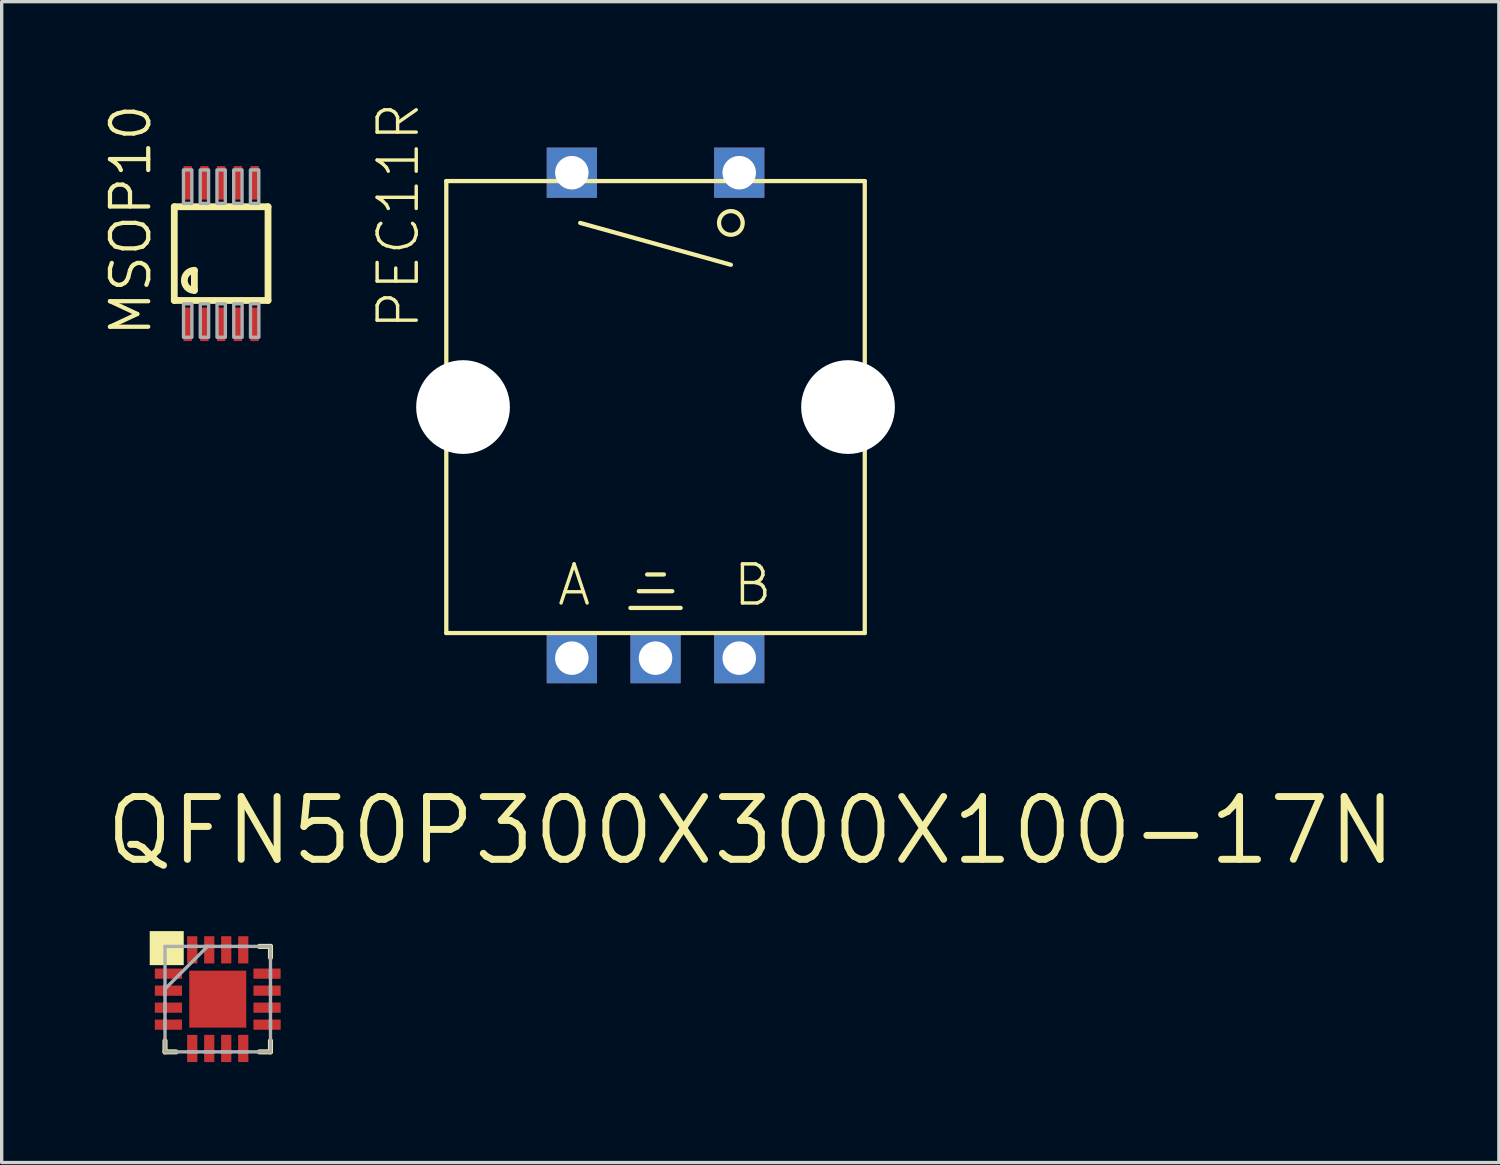
<source format=kicad_pcb>
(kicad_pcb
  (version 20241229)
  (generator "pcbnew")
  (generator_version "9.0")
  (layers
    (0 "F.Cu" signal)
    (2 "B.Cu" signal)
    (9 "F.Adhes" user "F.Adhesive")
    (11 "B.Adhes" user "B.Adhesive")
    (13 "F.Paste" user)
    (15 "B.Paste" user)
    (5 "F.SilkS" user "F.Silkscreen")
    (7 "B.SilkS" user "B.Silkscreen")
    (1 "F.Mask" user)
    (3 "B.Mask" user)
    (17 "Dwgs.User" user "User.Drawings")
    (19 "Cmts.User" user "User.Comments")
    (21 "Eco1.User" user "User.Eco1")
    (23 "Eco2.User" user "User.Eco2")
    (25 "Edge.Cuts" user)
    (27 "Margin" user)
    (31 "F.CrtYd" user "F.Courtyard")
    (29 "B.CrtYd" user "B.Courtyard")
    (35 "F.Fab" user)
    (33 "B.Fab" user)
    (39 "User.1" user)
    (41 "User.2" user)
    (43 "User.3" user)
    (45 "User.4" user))
  (footprint "PEC11R"
    (layer "F.Cu")
    (at 16.631 9.109)
    (property "Reference" "PEC11R" (at -7.1 -2.25 90) (layer "F.SilkS") (effects (font (size 1.168 1.168) (thickness 0.102)) (justify left bottom)))
    (fp_line (start -6.35 -6.75) (end 6.15 -6.75) (stroke (width 0.127) (type solid)) (layer "F.SilkS"))
    (fp_line (start -6.35 6.75) (end -6.35 -6.75) (stroke (width 0.127) (type solid)) (layer "F.SilkS"))
    (fp_line (start -2.35 -5.5) (end 2.15 -4.25) (stroke (width 0.127) (type solid)) (layer "F.SilkS"))
    (fp_line (start -0.85 6) (end 0.65 6) (stroke (width 0.127) (type solid)) (layer "F.SilkS"))
    (fp_line (start -0.6 5.5) (end 0.4 5.5) (stroke (width 0.127) (type solid)) (layer "F.SilkS"))
    (fp_line (start -0.35 5) (end 0.15 5) (stroke (width 0.127) (type solid)) (layer "F.SilkS"))
    (fp_line (start 6.15 -6.75) (end 6.15 6.75) (stroke (width 0.127) (type solid)) (layer "F.SilkS"))
    (fp_line (start 6.15 6.75) (end -6.35 6.75) (stroke (width 0.127) (type solid)) (layer "F.SilkS"))
    (fp_circle (center 2.15 -5.5) (end 2.504 -5.5) (stroke (width 0.127) (type solid)) (fill no) (layer "F.SilkS"))
    (fp_text user "B" (at 2.15 6 0) (layer "F.SilkS") (effects (font (size 1.168 1.168) (thickness 0.102)) (justify left bottom)))
    (fp_text user "A" (at -3.1 6 0) (layer "F.SilkS") (effects (font (size 1.168 1.168) (thickness 0.102)) (justify left bottom)))
    (pad "" np_thru_hole circle (at -5.85 0) (size 2.8 2.8) (drill 2.8) (layers "*.Cu" "*.Mask"))
    (pad "" np_thru_hole circle (at 5.65 0) (size 2.8 2.8) (drill 2.8) (layers "*.Cu" "*.Mask"))
    (pad "1" thru_hole rect (at -2.6 -7) (size 1.5 1.5) (drill 1) (layers "*.Cu" "*.Mask"))
    (pad "2" thru_hole rect (at 2.4 -7) (size 1.5 1.5) (drill 1) (layers "*.Cu" "*.Mask"))
    (pad "A" thru_hole rect (at -2.6 7.5) (size 1.5 1.5) (drill 1) (layers "*.Cu" "*.Mask"))
    (pad "B" thru_hole rect (at 2.4 7.5) (size 1.5 1.5) (drill 1) (layers "*.Cu" "*.Mask"))
    (pad "C" thru_hole rect (at -0.1 7.5) (size 1.5 1.5) (drill 1) (layers "*.Cu" "*.Mask")))
  (footprint "MSOP10"
    (layer "F.Cu")
    (at 3.556 4.525)
    (property "Reference" "MSOP10" (at -2.032 2.54 90) (layer "F.SilkS") (effects (font (size 1.143 1.143) (thickness 0.127)) (justify left bottom)))
    (fp_line (start -1.4 -1.4) (end 1.4 -1.4) (stroke (width 0.203) (type solid)) (layer "F.SilkS"))
    (fp_line (start -1.4 1.4) (end -1.4 -1.4) (stroke (width 0.203) (type solid)) (layer "F.SilkS"))
    (fp_line (start -0.8 0.5) (end -0.8 1.1) (stroke (width 0.203) (type solid)) (layer "F.SilkS"))
    (fp_line (start 1.4 -1.4) (end 1.4 1.4) (stroke (width 0.203) (type solid)) (layer "F.SilkS"))
    (fp_line (start 1.4 1.4) (end -1.4 1.4) (stroke (width 0.203) (type solid)) (layer "F.SilkS"))
    (fp_arc (start -0.8 1.1) (mid -1.1 0.8) (end -0.8 0.5) (stroke (width 0.2032) (type solid)) (layer "F.SilkS"))
    (fp_poly (pts (xy -1.124 2.5) (xy -0.874 2.5) (xy -0.874 1.5) (xy -1.124 1.5)) (stroke (width 0.1) (type solid)) (fill no) (layer "F.Fab"))
    (fp_poly (pts (xy -0.876 -2.5) (xy -1.126 -2.5) (xy -1.126 -1.5) (xy -0.876 -1.5)) (stroke (width 0.1) (type solid)) (fill no) (layer "F.Fab"))
    (fp_poly (pts (xy -0.624 2.5) (xy -0.374 2.5) (xy -0.374 1.5) (xy -0.624 1.5)) (stroke (width 0.1) (type solid)) (fill no) (layer "F.Fab"))
    (fp_poly (pts (xy -0.376 -2.5) (xy -0.626 -2.5) (xy -0.626 -1.5) (xy -0.376 -1.5)) (stroke (width 0.1) (type solid)) (fill no) (layer "F.Fab"))
    (fp_poly (pts (xy -0.124 2.5) (xy 0.126 2.5) (xy 0.126 1.5) (xy -0.124 1.5)) (stroke (width 0.1) (type solid)) (fill no) (layer "F.Fab"))
    (fp_poly (pts (xy 0.124 -2.5) (xy -0.126 -2.5) (xy -0.126 -1.5) (xy 0.124 -1.5)) (stroke (width 0.1) (type solid)) (fill no) (layer "F.Fab"))
    (fp_poly (pts (xy 0.376 2.5) (xy 0.626 2.5) (xy 0.626 1.5) (xy 0.376 1.5)) (stroke (width 0.1) (type solid)) (fill no) (layer "F.Fab"))
    (fp_poly (pts (xy 0.624 -2.5) (xy 0.374 -2.5) (xy 0.374 -1.5) (xy 0.624 -1.5)) (stroke (width 0.1) (type solid)) (fill no) (layer "F.Fab"))
    (fp_poly (pts (xy 0.876 2.5) (xy 1.126 2.5) (xy 1.126 1.5) (xy 0.876 1.5)) (stroke (width 0.1) (type solid)) (fill no) (layer "F.Fab"))
    (fp_poly (pts (xy 1.124 -2.5) (xy 0.874 -2.5) (xy 0.874 -1.5) (xy 1.124 -1.5)) (stroke (width 0.1) (type solid)) (fill no) (layer "F.Fab"))
    (pad "1" smd rect (at -1 2.113) (size 0.25 1) (layers "F.Cu" "F.Mask" "F.Paste"))
    (pad "2" smd rect (at -0.5 2.113) (size 0.25 1) (layers "F.Cu" "F.Mask" "F.Paste"))
    (pad "3" smd rect (at 0 2.113) (size 0.25 1) (layers "F.Cu" "F.Mask" "F.Paste"))
    (pad "4" smd rect (at 0.5 2.113) (size 0.25 1) (layers "F.Cu" "F.Mask" "F.Paste"))
    (pad "5" smd rect (at 1 2.113) (size 0.25 1) (layers "F.Cu" "F.Mask" "F.Paste"))
    (pad "6" smd rect (at 1 -2.113 180) (size 0.25 1) (layers "F.Cu" "F.Mask" "F.Paste"))
    (pad "7" smd rect (at 0.5 -2.113 180) (size 0.25 1) (layers "F.Cu" "F.Mask" "F.Paste"))
    (pad "8" smd rect (at 0 -2.113 180) (size 0.25 1) (layers "F.Cu" "F.Mask" "F.Paste"))
    (pad "9" smd rect (at -0.5 -2.113 180) (size 0.25 1) (layers "F.Cu" "F.Mask" "F.Paste"))
    (pad "10" smd rect (at -1 -2.113 180) (size 0.25 1) (layers "F.Cu" "F.Mask" "F.Paste")))
  (footprint "QFN50P300X300X100-17N"
    (layer "F.Cu")
    (at 3.454 26.795)
    (property "Reference" "QFN50P300X300X100-17N" (at -3.454 -3.937 0) (layer "F.SilkS") (effects (font (size 1.875 1.875) (thickness 0.208)) (justify left bottom)))
    (fp_line (start -1.575 -1.575) (end -1.575 -1.245) (stroke (width 0.152) (type solid)) (layer "F.SilkS"))
    (fp_line (start -1.575 1.245) (end -1.575 1.575) (stroke (width 0.152) (type solid)) (layer "F.SilkS"))
    (fp_line (start -1.575 1.575) (end -1.245 1.575) (stroke (width 0.152) (type solid)) (layer "F.SilkS"))
    (fp_line (start -1.245 -1.575) (end -1.575 -1.575) (stroke (width 0.152) (type solid)) (layer "F.SilkS"))
    (fp_line (start 1.245 1.575) (end 1.575 1.575) (stroke (width 0.152) (type solid)) (layer "F.SilkS"))
    (fp_line (start 1.575 -1.575) (end 1.245 -1.575) (stroke (width 0.152) (type solid)) (layer "F.SilkS"))
    (fp_line (start 1.575 -1.245) (end 1.575 -1.575) (stroke (width 0.152) (type solid)) (layer "F.SilkS"))
    (fp_line (start 1.575 1.575) (end 1.575 1.245) (stroke (width 0.152) (type solid)) (layer "F.SilkS"))
    (fp_poly (pts (xy -2.032 -1.016) (xy -1.016 -1.016) (xy -1.016 -2.032) (xy -2.032 -2.032)) (stroke (width 0) (type solid)) (fill yes) (layer "F.SilkS"))
    (fp_line (start -1.575 -1.575) (end -1.575 1.575) (stroke (width 0.1) (type solid)) (layer "F.Fab"))
    (fp_line (start -1.575 -0.406) (end -1.575 -0.102) (stroke (width 0.1) (type solid)) (layer "F.Fab"))
    (fp_line (start -1.575 -0.305) (end -0.305 -1.575) (stroke (width 0.1) (type solid)) (layer "F.Fab"))
    (fp_line (start -1.575 0.102) (end -1.575 0.406) (stroke (width 0.1) (type solid)) (layer "F.Fab"))
    (fp_line (start -1.575 0.61) (end -1.575 0.889) (stroke (width 0.1) (type solid)) (layer "F.Fab"))
    (fp_line (start -1.575 1.575) (end 1.575 1.575) (stroke (width 0.1) (type solid)) (layer "F.Fab"))
    (fp_line (start -0.889 1.575) (end -0.61 1.575) (stroke (width 0.1) (type solid)) (layer "F.Fab"))
    (fp_line (start -0.61 -1.575) (end -0.889 -1.575) (stroke (width 0.1) (type solid)) (layer "F.Fab"))
    (fp_line (start -0.406 1.575) (end -0.102 1.575) (stroke (width 0.1) (type solid)) (layer "F.Fab"))
    (fp_line (start -0.102 -1.575) (end -0.406 -1.575) (stroke (width 0.1) (type solid)) (layer "F.Fab"))
    (fp_line (start 0.102 1.575) (end 0.406 1.575) (stroke (width 0.1) (type solid)) (layer "F.Fab"))
    (fp_line (start 0.406 -1.575) (end 0.102 -1.575) (stroke (width 0.1) (type solid)) (layer "F.Fab"))
    (fp_line (start 0.61 1.575) (end 0.889 1.575) (stroke (width 0.1) (type solid)) (layer "F.Fab"))
    (fp_line (start 0.889 -1.575) (end 0.61 -1.575) (stroke (width 0.1) (type solid)) (layer "F.Fab"))
    (fp_line (start 1.575 -1.575) (end -1.575 -1.575) (stroke (width 0.1) (type solid)) (layer "F.Fab"))
    (fp_line (start 1.575 -0.61) (end 1.575 -0.889) (stroke (width 0.1) (type solid)) (layer "F.Fab"))
    (fp_line (start 1.575 -0.102) (end 1.575 -0.406) (stroke (width 0.1) (type solid)) (layer "F.Fab"))
    (fp_line (start 1.575 0.406) (end 1.575 0.102) (stroke (width 0.1) (type solid)) (layer "F.Fab"))
    (fp_line (start 1.575 0.889) (end 1.575 0.61) (stroke (width 0.1) (type solid)) (layer "F.Fab"))
    (fp_line (start 1.575 1.575) (end 1.575 -1.575) (stroke (width 0.1) (type solid)) (layer "F.Fab"))
    (pad "1" smd rect (at -1.473 -0.762 270) (size 0.305 0.813) (layers "F.Cu" "F.Mask" "F.Paste"))
    (pad "2" smd rect (at -1.473 -0.254 270) (size 0.305 0.813) (layers "F.Cu" "F.Mask" "F.Paste"))
    (pad "3" smd rect (at -1.473 0.254 270) (size 0.305 0.813) (layers "F.Cu" "F.Mask" "F.Paste"))
    (pad "4" smd rect (at -1.473 0.762 270) (size 0.305 0.813) (layers "F.Cu" "F.Mask" "F.Paste"))
    (pad "5" smd rect (at -0.762 1.473 180) (size 0.305 0.813) (layers "F.Cu" "F.Mask" "F.Paste"))
    (pad "6" smd rect (at -0.254 1.473 180) (size 0.305 0.813) (layers "F.Cu" "F.Mask" "F.Paste"))
    (pad "7" smd rect (at 0.254 1.473 180) (size 0.305 0.813) (layers "F.Cu" "F.Mask" "F.Paste"))
    (pad "8" smd rect (at 0.762 1.473 180) (size 0.305 0.813) (layers "F.Cu" "F.Mask" "F.Paste"))
    (pad "9" smd rect (at 1.473 0.762 270) (size 0.305 0.813) (layers "F.Cu" "F.Mask" "F.Paste"))
    (pad "10" smd rect (at 1.473 0.254 270) (size 0.305 0.813) (layers "F.Cu" "F.Mask" "F.Paste"))
    (pad "11" smd rect (at 1.473 -0.254 270) (size 0.305 0.813) (layers "F.Cu" "F.Mask" "F.Paste"))
    (pad "12" smd rect (at 1.473 -0.762 270) (size 0.305 0.813) (layers "F.Cu" "F.Mask" "F.Paste"))
    (pad "13" smd rect (at 0.762 -1.473 180) (size 0.305 0.813) (layers "F.Cu" "F.Mask" "F.Paste"))
    (pad "14" smd rect (at 0.254 -1.473 180) (size 0.305 0.813) (layers "F.Cu" "F.Mask" "F.Paste"))
    (pad "15" smd rect (at -0.254 -1.473 180) (size 0.305 0.813) (layers "F.Cu" "F.Mask" "F.Paste"))
    (pad "16" smd rect (at -0.762 -1.473 180) (size 0.305 0.813) (layers "F.Cu" "F.Mask" "F.Paste"))
    (pad "17" smd rect (at 0 0) (size 1.702 1.702) (layers "F.Cu" "F.Mask" "F.Paste")))
  (gr_rect
    (start -3 -3)
    (end 41.722 31.675)
    (stroke (width 0.1) (type default))
    (fill no)
    (layer "Edge.Cuts")))
</source>
